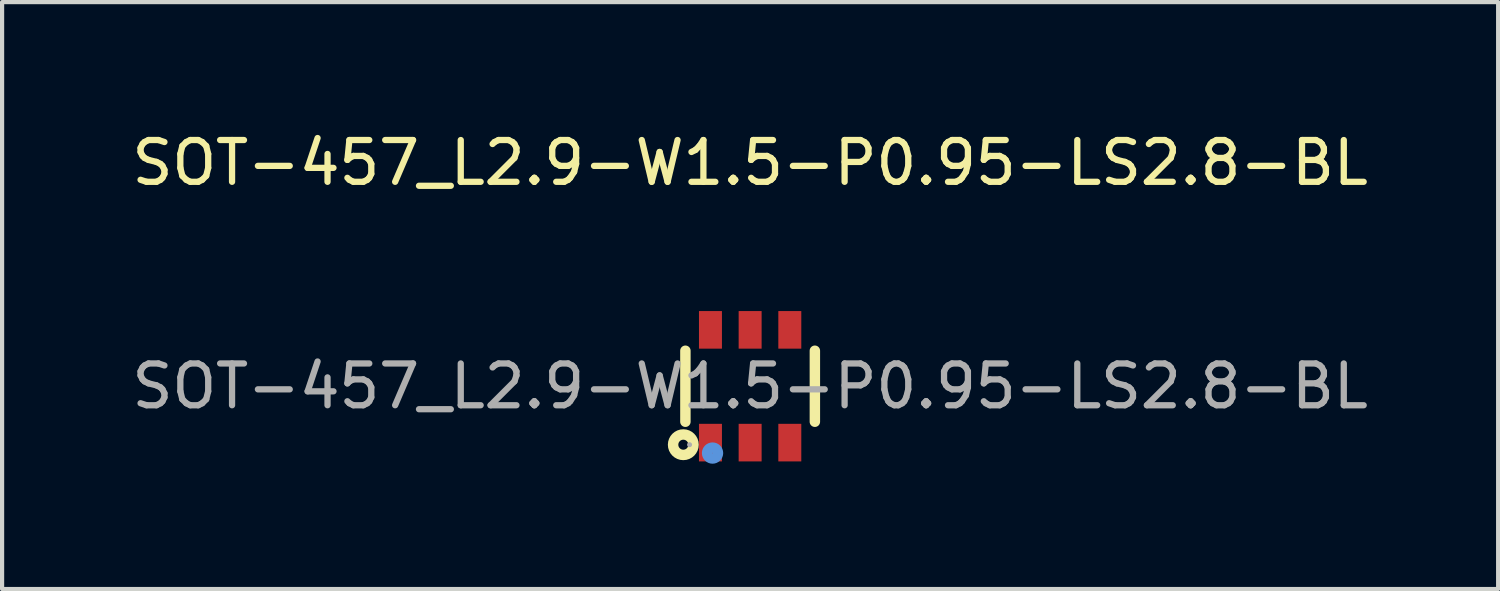
<source format=kicad_pcb>
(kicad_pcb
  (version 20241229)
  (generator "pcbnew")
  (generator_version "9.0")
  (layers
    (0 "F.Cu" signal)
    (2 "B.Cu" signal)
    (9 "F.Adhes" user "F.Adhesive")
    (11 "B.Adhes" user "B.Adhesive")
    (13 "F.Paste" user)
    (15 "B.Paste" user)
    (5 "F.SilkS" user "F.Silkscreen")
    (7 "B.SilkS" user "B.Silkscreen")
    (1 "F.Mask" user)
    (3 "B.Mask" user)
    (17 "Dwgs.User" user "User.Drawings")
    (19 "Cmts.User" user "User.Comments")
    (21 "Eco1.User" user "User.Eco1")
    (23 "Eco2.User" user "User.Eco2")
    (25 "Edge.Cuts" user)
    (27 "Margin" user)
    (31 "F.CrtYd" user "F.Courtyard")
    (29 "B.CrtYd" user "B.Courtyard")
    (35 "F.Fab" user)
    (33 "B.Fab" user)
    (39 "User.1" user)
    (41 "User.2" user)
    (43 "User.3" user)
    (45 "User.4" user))
  (footprint "SOT-457_L2.9-W1.5-P0.95-LS2.8-BL"
    (layer "F.Cu")
    (at 14.911 6.198)
    (property "Reference" "SOT-457_L2.9-W1.5-P0.95-LS2.8-BL" (at 0 -5.35 0) (layer "F.SilkS") (effects (font (size 1 1) (thickness 0.15))))
    (attr smd)
    (fp_line (start -1.55 0.85) (end -1.55 -0.85) (stroke (width 0.25) (type solid)) (layer "F.SilkS"))
    (fp_line (start 1.55 -0.85) (end 1.55 0.85) (stroke (width 0.25) (type solid)) (layer "F.SilkS"))
    (fp_circle (center -1.6 1.4) (end -1.48 1.4) (stroke (width 0.25) (type solid)) (fill no) (layer "F.SilkS"))
    (fp_circle (center -0.9 1.6) (end -0.77 1.6) (stroke (width 0.25) (type solid)) (fill no) (layer "Cmts.User"))
    (fp_circle (center -1.45 1.4) (end -1.42 1.4) (stroke (width 0.06) (type solid)) (fill no) (layer "F.Fab"))
    (fp_text user "${REFERENCE}" (at 0 0 0) (layer "F.Fab") (effects (font (size 1 1) (thickness 0.15))))
    (pad "1" smd rect (at -0.95 1.35) (size 0.55 0.9) (layers "F.Cu" "F.Mask" "F.Paste"))
    (pad "2" smd rect (at 0 1.35) (size 0.55 0.9) (layers "F.Cu" "F.Mask" "F.Paste"))
    (pad "3" smd rect (at 0.95 1.35) (size 0.55 0.9) (layers "F.Cu" "F.Mask" "F.Paste"))
    (pad "4" smd rect (at 0.95 -1.35) (size 0.55 0.9) (layers "F.Cu" "F.Mask" "F.Paste"))
    (pad "5" smd rect (at 0 -1.35) (size 0.55 0.9) (layers "F.Cu" "F.Mask" "F.Paste"))
    (pad "6" smd rect (at -0.95 -1.35) (size 0.55 0.9) (layers "F.Cu" "F.Mask" "F.Paste")))
  (gr_rect
    (start -3 -3)
    (end 32.821 11.053)
    (stroke (width 0.1) (type default))
    (fill no)
    (layer "Edge.Cuts")))
</source>
